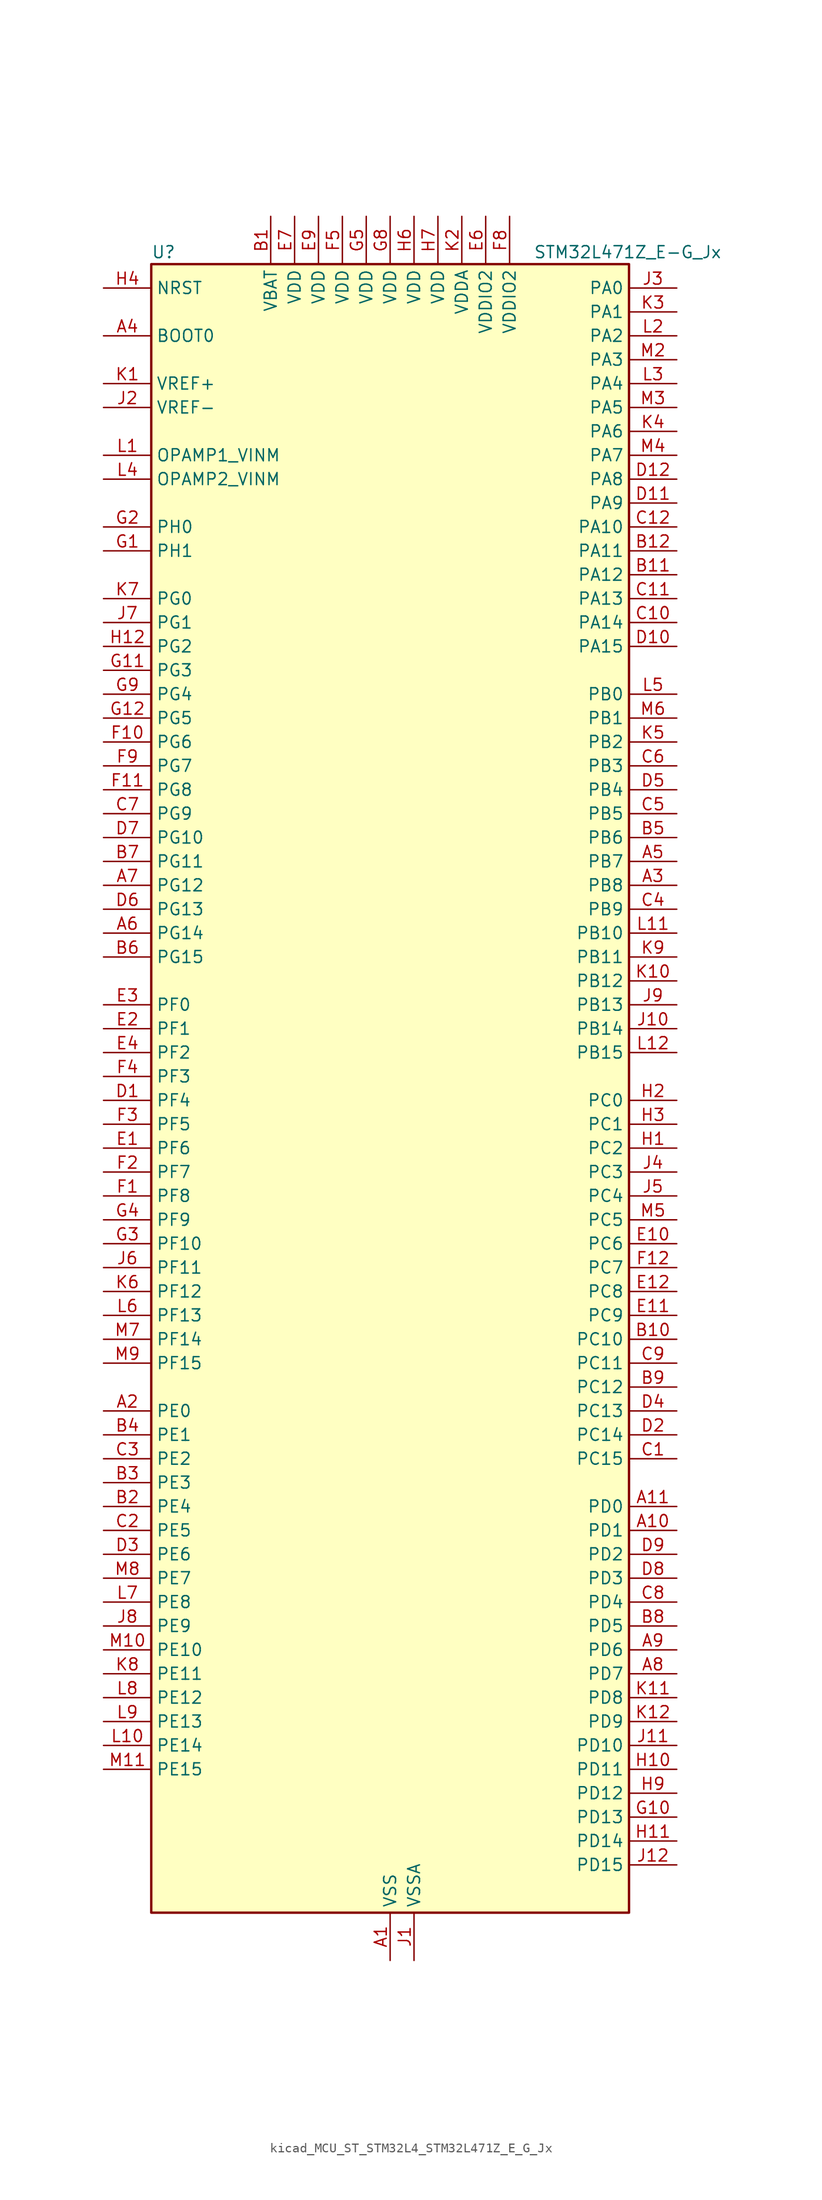
<source format=kicad_sym>
(kicad_symbol_lib
  (version 20220914)
  (generator kicad_symbol_editor)
  (symbol "kicad_MCU_ST_STM32L4_STM32L471Z_E_G_Jx"
    (property "Reference" "U"
      (at -25.4 90.17 0)
      (effects (font (size 1.27 1.27)) (justify left)))
    (property "Value" "STM32L471Z_E-G_Jx"
      (at 15.24 90.17 0)
      (effects (font (size 1.27 1.27)) (justify left)))
    (property "ki_locked" ""
      (at 0 0 0)
      (effects (font (size 1.27 1.27))))
    (symbol "kicad_MCU_ST_STM32L4_STM32L471Z_E_G_Jx_0_1"
      (rectangle (start -25.4 -86.36) (end 25.4 88.9) (stroke (width 0.254) (type default)) (fill (type background))))
    (symbol "kicad_MCU_ST_STM32L4_STM32L471Z_E_G_Jx_1_1"
      (pin power_in line (at 0 -91.44 90) (length 5.08) (name "VSS" (effects (font (size 1.27 1.27)))) (number "A1" (effects (font (size 1.27 1.27)))))
      (pin bidirectional line (at 30.48 -45.72 180) (length 5.08) (name "PD1" (effects (font (size 1.27 1.27)))) (number "A10" (effects (font (size 1.27 1.27)))) (alternate "CAN1_TX" bidirectional line) (alternate "DFSDM1_CKIN7" bidirectional line) (alternate "FMC_D3" bidirectional line) (alternate "FMC_DA3" bidirectional line) (alternate "SPI2_SCK" bidirectional line))
      (pin bidirectional line (at 30.48 -43.18 180) (length 5.08) (name "PD0" (effects (font (size 1.27 1.27)))) (number "A11" (effects (font (size 1.27 1.27)))) (alternate "CAN1_RX" bidirectional line) (alternate "DFSDM1_DATIN7" bidirectional line) (alternate "FMC_D2" bidirectional line) (alternate "FMC_DA2" bidirectional line) (alternate "SPI2_NSS" bidirectional line))
      (pin passive line (at 0 -91.44 90) (length 5.08) hide (name "VSS" (effects (font (size 1.27 1.27)))) (number "A12" (effects (font (size 1.27 1.27)))))
      (pin bidirectional line (at -30.48 -33.02 0) (length 5.08) (name "PE0" (effects (font (size 1.27 1.27)))) (number "A2" (effects (font (size 1.27 1.27)))) (alternate "FMC_NBL0" bidirectional line) (alternate "TIM16_CH1" bidirectional line) (alternate "TIM4_ETR" bidirectional line))
      (pin bidirectional line (at 30.48 22.86 180) (length 5.08) (name "PB8" (effects (font (size 1.27 1.27)))) (number "A3" (effects (font (size 1.27 1.27)))) (alternate "CAN1_RX" bidirectional line) (alternate "DFSDM1_DATIN6" bidirectional line) (alternate "I2C1_SCL" bidirectional line) (alternate "SAI1_MCLK_A" bidirectional line) (alternate "SDMMC1_D4" bidirectional line) (alternate "TIM16_CH1" bidirectional line) (alternate "TIM4_CH3" bidirectional line))
      (pin input line (at -30.48 81.28 0) (length 5.08) (name "BOOT0" (effects (font (size 1.27 1.27)))) (number "A4" (effects (font (size 1.27 1.27)))))
      (pin bidirectional line (at 30.48 25.4 180) (length 5.08) (name "PB7" (effects (font (size 1.27 1.27)))) (number "A5" (effects (font (size 1.27 1.27)))) (alternate "COMP2_INM" bidirectional line) (alternate "DFSDM1_CKIN5" bidirectional line) (alternate "FMC_NL" bidirectional line) (alternate "I2C1_SDA" bidirectional line) (alternate "LPTIM1_IN2" bidirectional line) (alternate "SYS_PVD_IN" bidirectional line) (alternate "TIM17_CH1N" bidirectional line) (alternate "TIM4_CH2" bidirectional line) (alternate "TIM8_BKIN" bidirectional line) (alternate "TIM8_BKIN_COMP1" bidirectional line) (alternate "TSC_G2_IO4" bidirectional line) (alternate "UART4_CTS" bidirectional line) (alternate "USART1_RX" bidirectional line))
      (pin bidirectional line (at -30.48 17.78 0) (length 5.08) (name "PG14" (effects (font (size 1.27 1.27)))) (number "A6" (effects (font (size 1.27 1.27)))) (alternate "FMC_A25" bidirectional line) (alternate "I2C1_SCL" bidirectional line))
      (pin bidirectional line (at -30.48 22.86 0) (length 5.08) (name "PG12" (effects (font (size 1.27 1.27)))) (number "A7" (effects (font (size 1.27 1.27)))) (alternate "FMC_NE4" bidirectional line) (alternate "LPTIM1_ETR" bidirectional line) (alternate "SAI2_SD_A" bidirectional line) (alternate "SPI3_NSS" bidirectional line) (alternate "USART1_DE" bidirectional line) (alternate "USART1_RTS" bidirectional line))
      (pin bidirectional line (at 30.48 -60.96 180) (length 5.08) (name "PD7" (effects (font (size 1.27 1.27)))) (number "A8" (effects (font (size 1.27 1.27)))) (alternate "DFSDM1_CKIN1" bidirectional line) (alternate "FMC_NE1" bidirectional line) (alternate "USART2_CK" bidirectional line))
      (pin bidirectional line (at 30.48 -58.42 180) (length 5.08) (name "PD6" (effects (font (size 1.27 1.27)))) (number "A9" (effects (font (size 1.27 1.27)))) (alternate "DFSDM1_DATIN1" bidirectional line) (alternate "FMC_NWAIT" bidirectional line) (alternate "SAI1_SD_A" bidirectional line) (alternate "USART2_RX" bidirectional line))
      (pin power_in line (at -12.7 93.98 270) (length 5.08) (name "VBAT" (effects (font (size 1.27 1.27)))) (number "B1" (effects (font (size 1.27 1.27)))))
      (pin bidirectional line (at 30.48 -25.4 180) (length 5.08) (name "PC10" (effects (font (size 1.27 1.27)))) (number "B10" (effects (font (size 1.27 1.27)))) (alternate "SAI2_SCK_B" bidirectional line) (alternate "SDMMC1_D2" bidirectional line) (alternate "SPI3_SCK" bidirectional line) (alternate "TSC_G3_IO2" bidirectional line) (alternate "UART4_TX" bidirectional line) (alternate "USART3_TX" bidirectional line))
      (pin bidirectional line (at 30.48 55.88 180) (length 5.08) (name "PA12" (effects (font (size 1.27 1.27)))) (number "B11" (effects (font (size 1.27 1.27)))) (alternate "CAN1_TX" bidirectional line) (alternate "TIM1_ETR" bidirectional line) (alternate "USART1_DE" bidirectional line) (alternate "USART1_RTS" bidirectional line))
      (pin bidirectional line (at 30.48 58.42 180) (length 5.08) (name "PA11" (effects (font (size 1.27 1.27)))) (number "B12" (effects (font (size 1.27 1.27)))) (alternate "ADC1_EXTI11" bidirectional line) (alternate "ADC2_EXTI11" bidirectional line) (alternate "ADC3_EXTI11" bidirectional line) (alternate "CAN1_RX" bidirectional line) (alternate "TIM1_BKIN2" bidirectional line) (alternate "TIM1_BKIN2_COMP1" bidirectional line) (alternate "TIM1_CH4" bidirectional line) (alternate "USART1_CTS" bidirectional line))
      (pin bidirectional line (at -30.48 -43.18 0) (length 5.08) (name "PE4" (effects (font (size 1.27 1.27)))) (number "B2" (effects (font (size 1.27 1.27)))) (alternate "DFSDM1_DATIN3" bidirectional line) (alternate "FMC_A20" bidirectional line) (alternate "SAI1_FS_A" bidirectional line) (alternate "SYS_TRACED1" bidirectional line) (alternate "TIM3_CH2" bidirectional line) (alternate "TSC_G7_IO3" bidirectional line))
      (pin bidirectional line (at -30.48 -40.64 0) (length 5.08) (name "PE3" (effects (font (size 1.27 1.27)))) (number "B3" (effects (font (size 1.27 1.27)))) (alternate "FMC_A19" bidirectional line) (alternate "SAI1_SD_B" bidirectional line) (alternate "SYS_TRACED0" bidirectional line) (alternate "TIM3_CH1" bidirectional line) (alternate "TSC_G7_IO2" bidirectional line))
      (pin bidirectional line (at -30.48 -35.56 0) (length 5.08) (name "PE1" (effects (font (size 1.27 1.27)))) (number "B4" (effects (font (size 1.27 1.27)))) (alternate "FMC_NBL1" bidirectional line) (alternate "TIM17_CH1" bidirectional line))
      (pin bidirectional line (at 30.48 27.94 180) (length 5.08) (name "PB6" (effects (font (size 1.27 1.27)))) (number "B5" (effects (font (size 1.27 1.27)))) (alternate "COMP2_INP" bidirectional line) (alternate "DFSDM1_DATIN5" bidirectional line) (alternate "I2C1_SCL" bidirectional line) (alternate "LPTIM1_ETR" bidirectional line) (alternate "SAI1_FS_B" bidirectional line) (alternate "TIM16_CH1N" bidirectional line) (alternate "TIM4_CH1" bidirectional line) (alternate "TIM8_BKIN2" bidirectional line) (alternate "TIM8_BKIN2_COMP2" bidirectional line) (alternate "TSC_G2_IO3" bidirectional line) (alternate "USART1_TX" bidirectional line))
      (pin bidirectional line (at -30.48 15.24 0) (length 5.08) (name "PG15" (effects (font (size 1.27 1.27)))) (number "B6" (effects (font (size 1.27 1.27)))) (alternate "ADC1_EXTI15" bidirectional line) (alternate "ADC2_EXTI15" bidirectional line) (alternate "ADC3_EXTI15" bidirectional line) (alternate "I2C1_SMBA" bidirectional line) (alternate "LPTIM1_OUT" bidirectional line))
      (pin bidirectional line (at -30.48 25.4 0) (length 5.08) (name "PG11" (effects (font (size 1.27 1.27)))) (number "B7" (effects (font (size 1.27 1.27)))) (alternate "ADC1_EXTI11" bidirectional line) (alternate "ADC2_EXTI11" bidirectional line) (alternate "ADC3_EXTI11" bidirectional line) (alternate "LPTIM1_IN2" bidirectional line) (alternate "SAI2_MCLK_A" bidirectional line) (alternate "SPI3_MOSI" bidirectional line) (alternate "TIM15_CH2" bidirectional line) (alternate "USART1_CTS" bidirectional line))
      (pin bidirectional line (at 30.48 -55.88 180) (length 5.08) (name "PD5" (effects (font (size 1.27 1.27)))) (number "B8" (effects (font (size 1.27 1.27)))) (alternate "FMC_NWE" bidirectional line) (alternate "USART2_TX" bidirectional line))
      (pin bidirectional line (at 30.48 -30.48 180) (length 5.08) (name "PC12" (effects (font (size 1.27 1.27)))) (number "B9" (effects (font (size 1.27 1.27)))) (alternate "SAI2_SD_B" bidirectional line) (alternate "SDMMC1_CK" bidirectional line) (alternate "SPI3_MOSI" bidirectional line) (alternate "TSC_G3_IO4" bidirectional line) (alternate "UART5_TX" bidirectional line) (alternate "USART3_CK" bidirectional line))
      (pin bidirectional line (at 30.48 -38.1 180) (length 5.08) (name "PC15" (effects (font (size 1.27 1.27)))) (number "C1" (effects (font (size 1.27 1.27)))) (alternate "ADC1_EXTI15" bidirectional line) (alternate "ADC2_EXTI15" bidirectional line) (alternate "ADC3_EXTI15" bidirectional line) (alternate "RCC_OSC32_OUT" bidirectional line))
      (pin bidirectional line (at 30.48 50.8 180) (length 5.08) (name "PA14" (effects (font (size 1.27 1.27)))) (number "C10" (effects (font (size 1.27 1.27)))) (alternate "SYS_JTCK-SWCLK" bidirectional line))
      (pin bidirectional line (at 30.48 53.34 180) (length 5.08) (name "PA13" (effects (font (size 1.27 1.27)))) (number "C11" (effects (font (size 1.27 1.27)))) (alternate "IR_OUT" bidirectional line) (alternate "SYS_JTMS-SWDIO" bidirectional line))
      (pin bidirectional line (at 30.48 60.96 180) (length 5.08) (name "PA10" (effects (font (size 1.27 1.27)))) (number "C12" (effects (font (size 1.27 1.27)))) (alternate "TIM17_BKIN" bidirectional line) (alternate "TIM1_CH3" bidirectional line) (alternate "USART1_RX" bidirectional line))
      (pin bidirectional line (at -30.48 -45.72 0) (length 5.08) (name "PE5" (effects (font (size 1.27 1.27)))) (number "C2" (effects (font (size 1.27 1.27)))) (alternate "DFSDM1_CKIN3" bidirectional line) (alternate "FMC_A21" bidirectional line) (alternate "SAI1_SCK_A" bidirectional line) (alternate "SYS_TRACED2" bidirectional line) (alternate "TIM3_CH3" bidirectional line) (alternate "TSC_G7_IO4" bidirectional line))
      (pin bidirectional line (at -30.48 -38.1 0) (length 5.08) (name "PE2" (effects (font (size 1.27 1.27)))) (number "C3" (effects (font (size 1.27 1.27)))) (alternate "FMC_A23" bidirectional line) (alternate "SAI1_MCLK_A" bidirectional line) (alternate "SYS_TRACECLK" bidirectional line) (alternate "TIM3_ETR" bidirectional line) (alternate "TSC_G7_IO1" bidirectional line))
      (pin bidirectional line (at 30.48 20.32 180) (length 5.08) (name "PB9" (effects (font (size 1.27 1.27)))) (number "C4" (effects (font (size 1.27 1.27)))) (alternate "CAN1_TX" bidirectional line) (alternate "DAC1_EXTI9" bidirectional line) (alternate "DFSDM1_CKIN6" bidirectional line) (alternate "I2C1_SDA" bidirectional line) (alternate "IR_OUT" bidirectional line) (alternate "SAI1_FS_A" bidirectional line) (alternate "SDMMC1_D5" bidirectional line) (alternate "SPI2_NSS" bidirectional line) (alternate "TIM17_CH1" bidirectional line) (alternate "TIM4_CH4" bidirectional line))
      (pin bidirectional line (at 30.48 30.48 180) (length 5.08) (name "PB5" (effects (font (size 1.27 1.27)))) (number "C5" (effects (font (size 1.27 1.27)))) (alternate "COMP2_OUT" bidirectional line) (alternate "I2C1_SMBA" bidirectional line) (alternate "LPTIM1_IN1" bidirectional line) (alternate "SAI1_SD_B" bidirectional line) (alternate "SPI1_MOSI" bidirectional line) (alternate "SPI3_MOSI" bidirectional line) (alternate "TIM16_BKIN" bidirectional line) (alternate "TIM3_CH2" bidirectional line) (alternate "TSC_G2_IO2" bidirectional line) (alternate "UART5_CTS" bidirectional line) (alternate "USART1_CK" bidirectional line))
      (pin bidirectional line (at 30.48 35.56 180) (length 5.08) (name "PB3" (effects (font (size 1.27 1.27)))) (number "C6" (effects (font (size 1.27 1.27)))) (alternate "COMP2_INM" bidirectional line) (alternate "SAI1_SCK_B" bidirectional line) (alternate "SPI1_SCK" bidirectional line) (alternate "SPI3_SCK" bidirectional line) (alternate "SYS_JTDO-SWO" bidirectional line) (alternate "TIM2_CH2" bidirectional line) (alternate "USART1_DE" bidirectional line) (alternate "USART1_RTS" bidirectional line))
      (pin bidirectional line (at -30.48 30.48 0) (length 5.08) (name "PG9" (effects (font (size 1.27 1.27)))) (number "C7" (effects (font (size 1.27 1.27)))) (alternate "DAC1_EXTI9" bidirectional line) (alternate "FMC_NCE3" bidirectional line) (alternate "FMC_NE2" bidirectional line) (alternate "SAI2_SCK_A" bidirectional line) (alternate "SPI3_SCK" bidirectional line) (alternate "TIM15_CH1N" bidirectional line) (alternate "USART1_TX" bidirectional line))
      (pin bidirectional line (at 30.48 -53.34 180) (length 5.08) (name "PD4" (effects (font (size 1.27 1.27)))) (number "C8" (effects (font (size 1.27 1.27)))) (alternate "DFSDM1_CKIN0" bidirectional line) (alternate "FMC_NOE" bidirectional line) (alternate "SPI2_MOSI" bidirectional line) (alternate "USART2_DE" bidirectional line) (alternate "USART2_RTS" bidirectional line))
      (pin bidirectional line (at 30.48 -27.94 180) (length 5.08) (name "PC11" (effects (font (size 1.27 1.27)))) (number "C9" (effects (font (size 1.27 1.27)))) (alternate "ADC1_EXTI11" bidirectional line) (alternate "ADC2_EXTI11" bidirectional line) (alternate "ADC3_EXTI11" bidirectional line) (alternate "SAI2_MCLK_B" bidirectional line) (alternate "SDMMC1_D3" bidirectional line) (alternate "SPI3_MISO" bidirectional line) (alternate "TSC_G3_IO3" bidirectional line) (alternate "UART4_RX" bidirectional line) (alternate "USART3_RX" bidirectional line))
      (pin bidirectional line (at -30.48 0 0) (length 5.08) (name "PF4" (effects (font (size 1.27 1.27)))) (number "D1" (effects (font (size 1.27 1.27)))) (alternate "ADC3_IN7" bidirectional line) (alternate "FMC_A4" bidirectional line))
      (pin bidirectional line (at 30.48 48.26 180) (length 5.08) (name "PA15" (effects (font (size 1.27 1.27)))) (number "D10" (effects (font (size 1.27 1.27)))) (alternate "ADC1_EXTI15" bidirectional line) (alternate "ADC2_EXTI15" bidirectional line) (alternate "ADC3_EXTI15" bidirectional line) (alternate "SAI2_FS_B" bidirectional line) (alternate "SPI1_NSS" bidirectional line) (alternate "SPI3_NSS" bidirectional line) (alternate "SYS_JTDI" bidirectional line) (alternate "TIM2_CH1" bidirectional line) (alternate "TIM2_ETR" bidirectional line) (alternate "TSC_G3_IO1" bidirectional line) (alternate "UART4_DE" bidirectional line) (alternate "UART4_RTS" bidirectional line))
      (pin bidirectional line (at 30.48 63.5 180) (length 5.08) (name "PA9" (effects (font (size 1.27 1.27)))) (number "D11" (effects (font (size 1.27 1.27)))) (alternate "DAC1_EXTI9" bidirectional line) (alternate "TIM15_BKIN" bidirectional line) (alternate "TIM1_CH2" bidirectional line) (alternate "USART1_TX" bidirectional line))
      (pin bidirectional line (at 30.48 66.04 180) (length 5.08) (name "PA8" (effects (font (size 1.27 1.27)))) (number "D12" (effects (font (size 1.27 1.27)))) (alternate "LPTIM2_OUT" bidirectional line) (alternate "RCC_MCO" bidirectional line) (alternate "TIM1_CH1" bidirectional line) (alternate "USART1_CK" bidirectional line))
      (pin bidirectional line (at 30.48 -35.56 180) (length 5.08) (name "PC14" (effects (font (size 1.27 1.27)))) (number "D2" (effects (font (size 1.27 1.27)))) (alternate "RCC_OSC32_IN" bidirectional line))
      (pin bidirectional line (at -30.48 -48.26 0) (length 5.08) (name "PE6" (effects (font (size 1.27 1.27)))) (number "D3" (effects (font (size 1.27 1.27)))) (alternate "FMC_A22" bidirectional line) (alternate "RTC_TAMP3" bidirectional line) (alternate "SAI1_SD_A" bidirectional line) (alternate "SYS_TRACED3" bidirectional line) (alternate "SYS_WKUP3" bidirectional line) (alternate "TIM3_CH4" bidirectional line))
      (pin bidirectional line (at 30.48 -33.02 180) (length 5.08) (name "PC13" (effects (font (size 1.27 1.27)))) (number "D4" (effects (font (size 1.27 1.27)))) (alternate "RTC_OUT_ALARM" bidirectional line) (alternate "RTC_OUT_CALIB" bidirectional line) (alternate "RTC_TAMP1" bidirectional line) (alternate "RTC_TS" bidirectional line) (alternate "SYS_WKUP2" bidirectional line))
      (pin bidirectional line (at 30.48 33.02 180) (length 5.08) (name "PB4" (effects (font (size 1.27 1.27)))) (number "D5" (effects (font (size 1.27 1.27)))) (alternate "COMP2_INP" bidirectional line) (alternate "SAI1_MCLK_B" bidirectional line) (alternate "SPI1_MISO" bidirectional line) (alternate "SPI3_MISO" bidirectional line) (alternate "SYS_JTRST" bidirectional line) (alternate "TIM17_BKIN" bidirectional line) (alternate "TIM3_CH1" bidirectional line) (alternate "TSC_G2_IO1" bidirectional line) (alternate "UART5_DE" bidirectional line) (alternate "UART5_RTS" bidirectional line) (alternate "USART1_CTS" bidirectional line))
      (pin bidirectional line (at -30.48 20.32 0) (length 5.08) (name "PG13" (effects (font (size 1.27 1.27)))) (number "D6" (effects (font (size 1.27 1.27)))) (alternate "FMC_A24" bidirectional line) (alternate "I2C1_SDA" bidirectional line) (alternate "USART1_CK" bidirectional line))
      (pin bidirectional line (at -30.48 27.94 0) (length 5.08) (name "PG10" (effects (font (size 1.27 1.27)))) (number "D7" (effects (font (size 1.27 1.27)))) (alternate "FMC_NE3" bidirectional line) (alternate "LPTIM1_IN1" bidirectional line) (alternate "SAI2_FS_A" bidirectional line) (alternate "SPI3_MISO" bidirectional line) (alternate "TIM15_CH1" bidirectional line) (alternate "USART1_RX" bidirectional line))
      (pin bidirectional line (at 30.48 -50.8 180) (length 5.08) (name "PD3" (effects (font (size 1.27 1.27)))) (number "D8" (effects (font (size 1.27 1.27)))) (alternate "DFSDM1_DATIN0" bidirectional line) (alternate "FMC_CLK" bidirectional line) (alternate "SPI2_MISO" bidirectional line) (alternate "USART2_CTS" bidirectional line))
      (pin bidirectional line (at 30.48 -48.26 180) (length 5.08) (name "PD2" (effects (font (size 1.27 1.27)))) (number "D9" (effects (font (size 1.27 1.27)))) (alternate "SDMMC1_CMD" bidirectional line) (alternate "TIM3_ETR" bidirectional line) (alternate "TSC_SYNC" bidirectional line) (alternate "UART5_RX" bidirectional line) (alternate "USART3_DE" bidirectional line) (alternate "USART3_RTS" bidirectional line))
      (pin bidirectional line (at -30.48 -5.08 0) (length 5.08) (name "PF6" (effects (font (size 1.27 1.27)))) (number "E1" (effects (font (size 1.27 1.27)))) (alternate "ADC3_IN9" bidirectional line) (alternate "SAI1_SD_B" bidirectional line) (alternate "TIM5_CH1" bidirectional line) (alternate "TIM5_ETR" bidirectional line))
      (pin bidirectional line (at 30.48 -15.24 180) (length 5.08) (name "PC6" (effects (font (size 1.27 1.27)))) (number "E10" (effects (font (size 1.27 1.27)))) (alternate "DFSDM1_CKIN3" bidirectional line) (alternate "SAI2_MCLK_A" bidirectional line) (alternate "SDMMC1_D6" bidirectional line) (alternate "TIM3_CH1" bidirectional line) (alternate "TIM8_CH1" bidirectional line) (alternate "TSC_G4_IO1" bidirectional line))
      (pin bidirectional line (at 30.48 -22.86 180) (length 5.08) (name "PC9" (effects (font (size 1.27 1.27)))) (number "E11" (effects (font (size 1.27 1.27)))) (alternate "DAC1_EXTI9" bidirectional line) (alternate "SAI2_EXTCLK" bidirectional line) (alternate "SDMMC1_D1" bidirectional line) (alternate "TIM3_CH4" bidirectional line) (alternate "TIM8_BKIN2" bidirectional line) (alternate "TIM8_BKIN2_COMP1" bidirectional line) (alternate "TIM8_CH4" bidirectional line) (alternate "TSC_G4_IO4" bidirectional line))
      (pin bidirectional line (at 30.48 -20.32 180) (length 5.08) (name "PC8" (effects (font (size 1.27 1.27)))) (number "E12" (effects (font (size 1.27 1.27)))) (alternate "SDMMC1_D0" bidirectional line) (alternate "TIM3_CH3" bidirectional line) (alternate "TIM8_CH3" bidirectional line) (alternate "TSC_G4_IO3" bidirectional line))
      (pin bidirectional line (at -30.48 7.62 0) (length 5.08) (name "PF1" (effects (font (size 1.27 1.27)))) (number "E2" (effects (font (size 1.27 1.27)))) (alternate "FMC_A1" bidirectional line) (alternate "I2C2_SCL" bidirectional line))
      (pin bidirectional line (at -30.48 10.16 0) (length 5.08) (name "PF0" (effects (font (size 1.27 1.27)))) (number "E3" (effects (font (size 1.27 1.27)))) (alternate "FMC_A0" bidirectional line) (alternate "I2C2_SDA" bidirectional line))
      (pin bidirectional line (at -30.48 5.08 0) (length 5.08) (name "PF2" (effects (font (size 1.27 1.27)))) (number "E4" (effects (font (size 1.27 1.27)))) (alternate "FMC_A2" bidirectional line) (alternate "I2C2_SMBA" bidirectional line))
      (pin passive line (at 0 -91.44 90) (length 5.08) hide (name "VSS" (effects (font (size 1.27 1.27)))) (number "E5" (effects (font (size 1.27 1.27)))))
      (pin power_in line (at 10.16 93.98 270) (length 5.08) (name "VDDIO2" (effects (font (size 1.27 1.27)))) (number "E6" (effects (font (size 1.27 1.27)))))
      (pin power_in line (at -10.16 93.98 270) (length 5.08) (name "VDD" (effects (font (size 1.27 1.27)))) (number "E7" (effects (font (size 1.27 1.27)))))
      (pin passive line (at 0 -91.44 90) (length 5.08) hide (name "VSS" (effects (font (size 1.27 1.27)))) (number "E8" (effects (font (size 1.27 1.27)))))
      (pin power_in line (at -7.62 93.98 270) (length 5.08) (name "VDD" (effects (font (size 1.27 1.27)))) (number "E9" (effects (font (size 1.27 1.27)))))
      (pin bidirectional line (at -30.48 -10.16 0) (length 5.08) (name "PF8" (effects (font (size 1.27 1.27)))) (number "F1" (effects (font (size 1.27 1.27)))) (alternate "ADC3_IN11" bidirectional line) (alternate "SAI1_SCK_B" bidirectional line) (alternate "TIM5_CH3" bidirectional line))
      (pin bidirectional line (at -30.48 38.1 0) (length 5.08) (name "PG6" (effects (font (size 1.27 1.27)))) (number "F10" (effects (font (size 1.27 1.27)))) (alternate "I2C3_SMBA" bidirectional line) (alternate "LPUART1_DE" bidirectional line) (alternate "LPUART1_RTS" bidirectional line))
      (pin bidirectional line (at -30.48 33.02 0) (length 5.08) (name "PG8" (effects (font (size 1.27 1.27)))) (number "F11" (effects (font (size 1.27 1.27)))) (alternate "I2C3_SDA" bidirectional line) (alternate "LPUART1_RX" bidirectional line))
      (pin bidirectional line (at 30.48 -17.78 180) (length 5.08) (name "PC7" (effects (font (size 1.27 1.27)))) (number "F12" (effects (font (size 1.27 1.27)))) (alternate "DFSDM1_DATIN3" bidirectional line) (alternate "SAI2_MCLK_B" bidirectional line) (alternate "SDMMC1_D7" bidirectional line) (alternate "TIM3_CH2" bidirectional line) (alternate "TIM8_CH2" bidirectional line) (alternate "TSC_G4_IO2" bidirectional line))
      (pin bidirectional line (at -30.48 -7.62 0) (length 5.08) (name "PF7" (effects (font (size 1.27 1.27)))) (number "F2" (effects (font (size 1.27 1.27)))) (alternate "ADC3_IN10" bidirectional line) (alternate "SAI1_MCLK_B" bidirectional line) (alternate "TIM5_CH2" bidirectional line))
      (pin bidirectional line (at -30.48 -2.54 0) (length 5.08) (name "PF5" (effects (font (size 1.27 1.27)))) (number "F3" (effects (font (size 1.27 1.27)))) (alternate "ADC3_IN8" bidirectional line) (alternate "FMC_A5" bidirectional line))
      (pin bidirectional line (at -30.48 2.54 0) (length 5.08) (name "PF3" (effects (font (size 1.27 1.27)))) (number "F4" (effects (font (size 1.27 1.27)))) (alternate "ADC3_IN6" bidirectional line) (alternate "FMC_A3" bidirectional line))
      (pin power_in line (at -5.08 93.98 270) (length 5.08) (name "VDD" (effects (font (size 1.27 1.27)))) (number "F5" (effects (font (size 1.27 1.27)))))
      (pin passive line (at 0 -91.44 90) (length 5.08) hide (name "VSS" (effects (font (size 1.27 1.27)))) (number "F6" (effects (font (size 1.27 1.27)))))
      (pin passive line (at 0 -91.44 90) (length 5.08) hide (name "VSS" (effects (font (size 1.27 1.27)))) (number "F7" (effects (font (size 1.27 1.27)))))
      (pin power_in line (at 12.7 93.98 270) (length 5.08) (name "VDDIO2" (effects (font (size 1.27 1.27)))) (number "F8" (effects (font (size 1.27 1.27)))))
      (pin bidirectional line (at -30.48 35.56 0) (length 5.08) (name "PG7" (effects (font (size 1.27 1.27)))) (number "F9" (effects (font (size 1.27 1.27)))) (alternate "FMC_INT3" bidirectional line) (alternate "I2C3_SCL" bidirectional line) (alternate "LPUART1_TX" bidirectional line))
      (pin bidirectional line (at -30.48 58.42 0) (length 5.08) (name "PH1" (effects (font (size 1.27 1.27)))) (number "G1" (effects (font (size 1.27 1.27)))) (alternate "RCC_OSC_OUT" bidirectional line))
      (pin bidirectional line (at 30.48 -76.2 180) (length 5.08) (name "PD13" (effects (font (size 1.27 1.27)))) (number "G10" (effects (font (size 1.27 1.27)))) (alternate "FMC_A18" bidirectional line) (alternate "LPTIM2_OUT" bidirectional line) (alternate "TIM4_CH2" bidirectional line) (alternate "TSC_G6_IO4" bidirectional line))
      (pin bidirectional line (at -30.48 45.72 0) (length 5.08) (name "PG3" (effects (font (size 1.27 1.27)))) (number "G11" (effects (font (size 1.27 1.27)))) (alternate "FMC_A13" bidirectional line) (alternate "SAI2_FS_B" bidirectional line) (alternate "SPI1_MISO" bidirectional line))
      (pin bidirectional line (at -30.48 40.64 0) (length 5.08) (name "PG5" (effects (font (size 1.27 1.27)))) (number "G12" (effects (font (size 1.27 1.27)))) (alternate "FMC_A15" bidirectional line) (alternate "LPUART1_CTS" bidirectional line) (alternate "SAI2_SD_B" bidirectional line) (alternate "SPI1_NSS" bidirectional line))
      (pin bidirectional line (at -30.48 60.96 0) (length 5.08) (name "PH0" (effects (font (size 1.27 1.27)))) (number "G2" (effects (font (size 1.27 1.27)))) (alternate "RCC_OSC_IN" bidirectional line))
      (pin bidirectional line (at -30.48 -15.24 0) (length 5.08) (name "PF10" (effects (font (size 1.27 1.27)))) (number "G3" (effects (font (size 1.27 1.27)))) (alternate "ADC3_IN13" bidirectional line) (alternate "TIM15_CH2" bidirectional line))
      (pin bidirectional line (at -30.48 -12.7 0) (length 5.08) (name "PF9" (effects (font (size 1.27 1.27)))) (number "G4" (effects (font (size 1.27 1.27)))) (alternate "ADC3_IN12" bidirectional line) (alternate "DAC1_EXTI9" bidirectional line) (alternate "SAI1_FS_B" bidirectional line) (alternate "TIM15_CH1" bidirectional line) (alternate "TIM5_CH4" bidirectional line))
      (pin power_in line (at -2.54 93.98 270) (length 5.08) (name "VDD" (effects (font (size 1.27 1.27)))) (number "G5" (effects (font (size 1.27 1.27)))))
      (pin passive line (at 0 -91.44 90) (length 5.08) hide (name "VSS" (effects (font (size 1.27 1.27)))) (number "G6" (effects (font (size 1.27 1.27)))))
      (pin passive line (at 0 -91.44 90) (length 5.08) hide (name "VSS" (effects (font (size 1.27 1.27)))) (number "G7" (effects (font (size 1.27 1.27)))))
      (pin power_in line (at 0 93.98 270) (length 5.08) (name "VDD" (effects (font (size 1.27 1.27)))) (number "G8" (effects (font (size 1.27 1.27)))))
      (pin bidirectional line (at -30.48 43.18 0) (length 5.08) (name "PG4" (effects (font (size 1.27 1.27)))) (number "G9" (effects (font (size 1.27 1.27)))) (alternate "FMC_A14" bidirectional line) (alternate "SAI2_MCLK_B" bidirectional line) (alternate "SPI1_MOSI" bidirectional line))
      (pin bidirectional line (at 30.48 -5.08 180) (length 5.08) (name "PC2" (effects (font (size 1.27 1.27)))) (number "H1" (effects (font (size 1.27 1.27)))) (alternate "ADC1_IN3" bidirectional line) (alternate "ADC2_IN3" bidirectional line) (alternate "ADC3_IN3" bidirectional line) (alternate "DFSDM1_CKOUT" bidirectional line) (alternate "LPTIM1_IN2" bidirectional line) (alternate "SPI2_MISO" bidirectional line))
      (pin bidirectional line (at 30.48 -71.12 180) (length 5.08) (name "PD11" (effects (font (size 1.27 1.27)))) (number "H10" (effects (font (size 1.27 1.27)))) (alternate "ADC1_EXTI11" bidirectional line) (alternate "ADC2_EXTI11" bidirectional line) (alternate "ADC3_EXTI11" bidirectional line) (alternate "FMC_A16" bidirectional line) (alternate "FMC_CLE" bidirectional line) (alternate "LPTIM2_ETR" bidirectional line) (alternate "SAI2_SD_A" bidirectional line) (alternate "TSC_G6_IO2" bidirectional line) (alternate "USART3_CTS" bidirectional line))
      (pin bidirectional line (at 30.48 -78.74 180) (length 5.08) (name "PD14" (effects (font (size 1.27 1.27)))) (number "H11" (effects (font (size 1.27 1.27)))) (alternate "FMC_D0" bidirectional line) (alternate "FMC_DA0" bidirectional line) (alternate "TIM4_CH3" bidirectional line))
      (pin bidirectional line (at -30.48 48.26 0) (length 5.08) (name "PG2" (effects (font (size 1.27 1.27)))) (number "H12" (effects (font (size 1.27 1.27)))) (alternate "FMC_A12" bidirectional line) (alternate "SAI2_SCK_B" bidirectional line) (alternate "SPI1_SCK" bidirectional line))
      (pin bidirectional line (at 30.48 0 180) (length 5.08) (name "PC0" (effects (font (size 1.27 1.27)))) (number "H2" (effects (font (size 1.27 1.27)))) (alternate "ADC1_IN1" bidirectional line) (alternate "ADC2_IN1" bidirectional line) (alternate "ADC3_IN1" bidirectional line) (alternate "DFSDM1_DATIN4" bidirectional line) (alternate "I2C3_SCL" bidirectional line) (alternate "LPTIM1_IN1" bidirectional line) (alternate "LPTIM2_IN1" bidirectional line) (alternate "LPUART1_RX" bidirectional line))
      (pin bidirectional line (at 30.48 -2.54 180) (length 5.08) (name "PC1" (effects (font (size 1.27 1.27)))) (number "H3" (effects (font (size 1.27 1.27)))) (alternate "ADC1_IN2" bidirectional line) (alternate "ADC2_IN2" bidirectional line) (alternate "ADC3_IN2" bidirectional line) (alternate "DFSDM1_CKIN4" bidirectional line) (alternate "I2C3_SDA" bidirectional line) (alternate "LPTIM1_OUT" bidirectional line) (alternate "LPUART1_TX" bidirectional line))
      (pin input line (at -30.48 86.36 0) (length 5.08) (name "NRST" (effects (font (size 1.27 1.27)))) (number "H4" (effects (font (size 1.27 1.27)))))
      (pin passive line (at 0 -91.44 90) (length 5.08) hide (name "VSS" (effects (font (size 1.27 1.27)))) (number "H5" (effects (font (size 1.27 1.27)))))
      (pin power_in line (at 2.54 93.98 270) (length 5.08) (name "VDD" (effects (font (size 1.27 1.27)))) (number "H6" (effects (font (size 1.27 1.27)))))
      (pin power_in line (at 5.08 93.98 270) (length 5.08) (name "VDD" (effects (font (size 1.27 1.27)))) (number "H7" (effects (font (size 1.27 1.27)))))
      (pin passive line (at 0 -91.44 90) (length 5.08) hide (name "VSS" (effects (font (size 1.27 1.27)))) (number "H8" (effects (font (size 1.27 1.27)))))
      (pin bidirectional line (at 30.48 -73.66 180) (length 5.08) (name "PD12" (effects (font (size 1.27 1.27)))) (number "H9" (effects (font (size 1.27 1.27)))) (alternate "FMC_A17" bidirectional line) (alternate "FMC_ALE" bidirectional line) (alternate "LPTIM2_IN1" bidirectional line) (alternate "SAI2_FS_A" bidirectional line) (alternate "TIM4_CH1" bidirectional line) (alternate "TSC_G6_IO3" bidirectional line) (alternate "USART3_DE" bidirectional line) (alternate "USART3_RTS" bidirectional line))
      (pin power_in line (at 2.54 -91.44 90) (length 5.08) (name "VSSA" (effects (font (size 1.27 1.27)))) (number "J1" (effects (font (size 1.27 1.27)))))
      (pin bidirectional line (at 30.48 7.62 180) (length 5.08) (name "PB14" (effects (font (size 1.27 1.27)))) (number "J10" (effects (font (size 1.27 1.27)))) (alternate "DFSDM1_DATIN2" bidirectional line) (alternate "I2C2_SDA" bidirectional line) (alternate "SAI2_MCLK_A" bidirectional line) (alternate "SPI2_MISO" bidirectional line) (alternate "SWPMI1_RX" bidirectional line) (alternate "TIM15_CH1" bidirectional line) (alternate "TIM1_CH2N" bidirectional line) (alternate "TIM8_CH2N" bidirectional line) (alternate "TSC_G1_IO3" bidirectional line) (alternate "USART3_DE" bidirectional line) (alternate "USART3_RTS" bidirectional line))
      (pin bidirectional line (at 30.48 -68.58 180) (length 5.08) (name "PD10" (effects (font (size 1.27 1.27)))) (number "J11" (effects (font (size 1.27 1.27)))) (alternate "FMC_D15" bidirectional line) (alternate "FMC_DA15" bidirectional line) (alternate "SAI2_SCK_A" bidirectional line) (alternate "TSC_G6_IO1" bidirectional line) (alternate "USART3_CK" bidirectional line))
      (pin bidirectional line (at 30.48 -81.28 180) (length 5.08) (name "PD15" (effects (font (size 1.27 1.27)))) (number "J12" (effects (font (size 1.27 1.27)))) (alternate "ADC1_EXTI15" bidirectional line) (alternate "ADC2_EXTI15" bidirectional line) (alternate "ADC3_EXTI15" bidirectional line) (alternate "FMC_D1" bidirectional line) (alternate "FMC_DA1" bidirectional line) (alternate "TIM4_CH4" bidirectional line))
      (pin input line (at -30.48 73.66 0) (length 5.08) (name "VREF-" (effects (font (size 1.27 1.27)))) (number "J2" (effects (font (size 1.27 1.27)))))
      (pin bidirectional line (at 30.48 86.36 180) (length 5.08) (name "PA0" (effects (font (size 1.27 1.27)))) (number "J3" (effects (font (size 1.27 1.27)))) (alternate "ADC1_IN5" bidirectional line) (alternate "ADC2_IN5" bidirectional line) (alternate "OPAMP1_VINP" bidirectional line) (alternate "RTC_TAMP2" bidirectional line) (alternate "SAI1_EXTCLK" bidirectional line) (alternate "SYS_WKUP1" bidirectional line) (alternate "TIM2_CH1" bidirectional line) (alternate "TIM2_ETR" bidirectional line) (alternate "TIM5_CH1" bidirectional line) (alternate "TIM8_ETR" bidirectional line) (alternate "UART4_TX" bidirectional line) (alternate "USART2_CTS" bidirectional line))
      (pin bidirectional line (at 30.48 -7.62 180) (length 5.08) (name "PC3" (effects (font (size 1.27 1.27)))) (number "J4" (effects (font (size 1.27 1.27)))) (alternate "ADC1_IN4" bidirectional line) (alternate "ADC2_IN4" bidirectional line) (alternate "ADC3_IN4" bidirectional line) (alternate "LPTIM1_ETR" bidirectional line) (alternate "LPTIM2_ETR" bidirectional line) (alternate "SAI1_SD_A" bidirectional line) (alternate "SPI2_MOSI" bidirectional line))
      (pin bidirectional line (at 30.48 -10.16 180) (length 5.08) (name "PC4" (effects (font (size 1.27 1.27)))) (number "J5" (effects (font (size 1.27 1.27)))) (alternate "ADC1_IN13" bidirectional line) (alternate "ADC2_IN13" bidirectional line) (alternate "COMP1_INM" bidirectional line) (alternate "USART3_TX" bidirectional line))
      (pin bidirectional line (at -30.48 -17.78 0) (length 5.08) (name "PF11" (effects (font (size 1.27 1.27)))) (number "J6" (effects (font (size 1.27 1.27)))) (alternate "ADC1_EXTI11" bidirectional line) (alternate "ADC2_EXTI11" bidirectional line) (alternate "ADC3_EXTI11" bidirectional line))
      (pin bidirectional line (at -30.48 50.8 0) (length 5.08) (name "PG1" (effects (font (size 1.27 1.27)))) (number "J7" (effects (font (size 1.27 1.27)))) (alternate "FMC_A11" bidirectional line) (alternate "TSC_G8_IO4" bidirectional line))
      (pin bidirectional line (at -30.48 -55.88 0) (length 5.08) (name "PE9" (effects (font (size 1.27 1.27)))) (number "J8" (effects (font (size 1.27 1.27)))) (alternate "DAC1_EXTI9" bidirectional line) (alternate "DFSDM1_CKOUT" bidirectional line) (alternate "FMC_D6" bidirectional line) (alternate "FMC_DA6" bidirectional line) (alternate "SAI1_FS_B" bidirectional line) (alternate "TIM1_CH1" bidirectional line))
      (pin bidirectional line (at 30.48 10.16 180) (length 5.08) (name "PB13" (effects (font (size 1.27 1.27)))) (number "J9" (effects (font (size 1.27 1.27)))) (alternate "DFSDM1_CKIN1" bidirectional line) (alternate "I2C2_SCL" bidirectional line) (alternate "LPUART1_CTS" bidirectional line) (alternate "SAI2_SCK_A" bidirectional line) (alternate "SPI2_SCK" bidirectional line) (alternate "SWPMI1_TX" bidirectional line) (alternate "TIM15_CH1N" bidirectional line) (alternate "TIM1_CH1N" bidirectional line) (alternate "TSC_G1_IO2" bidirectional line) (alternate "USART3_CTS" bidirectional line))
      (pin input line (at -30.48 76.2 0) (length 5.08) (name "VREF+" (effects (font (size 1.27 1.27)))) (number "K1" (effects (font (size 1.27 1.27)))) (alternate "VREFBUF_OUT" bidirectional line))
      (pin bidirectional line (at 30.48 12.7 180) (length 5.08) (name "PB12" (effects (font (size 1.27 1.27)))) (number "K10" (effects (font (size 1.27 1.27)))) (alternate "DFSDM1_DATIN1" bidirectional line) (alternate "I2C2_SMBA" bidirectional line) (alternate "LPUART1_DE" bidirectional line) (alternate "LPUART1_RTS" bidirectional line) (alternate "SAI2_FS_A" bidirectional line) (alternate "SPI2_NSS" bidirectional line) (alternate "SWPMI1_IO" bidirectional line) (alternate "TIM15_BKIN" bidirectional line) (alternate "TIM1_BKIN" bidirectional line) (alternate "TIM1_BKIN_COMP2" bidirectional line) (alternate "TSC_G1_IO1" bidirectional line) (alternate "USART3_CK" bidirectional line))
      (pin bidirectional line (at 30.48 -63.5 180) (length 5.08) (name "PD8" (effects (font (size 1.27 1.27)))) (number "K11" (effects (font (size 1.27 1.27)))) (alternate "FMC_D13" bidirectional line) (alternate "FMC_DA13" bidirectional line) (alternate "USART3_TX" bidirectional line))
      (pin bidirectional line (at 30.48 -66.04 180) (length 5.08) (name "PD9" (effects (font (size 1.27 1.27)))) (number "K12" (effects (font (size 1.27 1.27)))) (alternate "DAC1_EXTI9" bidirectional line) (alternate "FMC_D14" bidirectional line) (alternate "FMC_DA14" bidirectional line) (alternate "SAI2_MCLK_A" bidirectional line) (alternate "USART3_RX" bidirectional line))
      (pin power_in line (at 7.62 93.98 270) (length 5.08) (name "VDDA" (effects (font (size 1.27 1.27)))) (number "K2" (effects (font (size 1.27 1.27)))))
      (pin bidirectional line (at 30.48 83.82 180) (length 5.08) (name "PA1" (effects (font (size 1.27 1.27)))) (number "K3" (effects (font (size 1.27 1.27)))) (alternate "ADC1_IN6" bidirectional line) (alternate "ADC2_IN6" bidirectional line) (alternate "OPAMP1_VINM" bidirectional line) (alternate "TIM15_CH1N" bidirectional line) (alternate "TIM2_CH2" bidirectional line) (alternate "TIM5_CH2" bidirectional line) (alternate "UART4_RX" bidirectional line) (alternate "USART2_DE" bidirectional line) (alternate "USART2_RTS" bidirectional line))
      (pin bidirectional line (at 30.48 71.12 180) (length 5.08) (name "PA6" (effects (font (size 1.27 1.27)))) (number "K4" (effects (font (size 1.27 1.27)))) (alternate "ADC1_IN11" bidirectional line) (alternate "ADC2_IN11" bidirectional line) (alternate "OPAMP2_VINP" bidirectional line) (alternate "QUADSPI_BK1_IO3" bidirectional line) (alternate "SPI1_MISO" bidirectional line) (alternate "TIM16_CH1" bidirectional line) (alternate "TIM1_BKIN" bidirectional line) (alternate "TIM1_BKIN_COMP2" bidirectional line) (alternate "TIM3_CH1" bidirectional line) (alternate "TIM8_BKIN" bidirectional line) (alternate "TIM8_BKIN_COMP2" bidirectional line) (alternate "USART3_CTS" bidirectional line))
      (pin bidirectional line (at 30.48 38.1 180) (length 5.08) (name "PB2" (effects (font (size 1.27 1.27)))) (number "K5" (effects (font (size 1.27 1.27)))) (alternate "COMP1_INP" bidirectional line) (alternate "DFSDM1_CKIN0" bidirectional line) (alternate "I2C3_SMBA" bidirectional line) (alternate "LPTIM1_OUT" bidirectional line) (alternate "RTC_OUT_ALARM" bidirectional line) (alternate "RTC_OUT_CALIB" bidirectional line))
      (pin bidirectional line (at -30.48 -20.32 0) (length 5.08) (name "PF12" (effects (font (size 1.27 1.27)))) (number "K6" (effects (font (size 1.27 1.27)))) (alternate "FMC_A6" bidirectional line))
      (pin bidirectional line (at -30.48 53.34 0) (length 5.08) (name "PG0" (effects (font (size 1.27 1.27)))) (number "K7" (effects (font (size 1.27 1.27)))) (alternate "FMC_A10" bidirectional line) (alternate "TSC_G8_IO3" bidirectional line))
      (pin bidirectional line (at -30.48 -60.96 0) (length 5.08) (name "PE11" (effects (font (size 1.27 1.27)))) (number "K8" (effects (font (size 1.27 1.27)))) (alternate "ADC1_EXTI11" bidirectional line) (alternate "ADC2_EXTI11" bidirectional line) (alternate "ADC3_EXTI11" bidirectional line) (alternate "DFSDM1_CKIN4" bidirectional line) (alternate "FMC_D8" bidirectional line) (alternate "FMC_DA8" bidirectional line) (alternate "QUADSPI_NCS" bidirectional line) (alternate "TIM1_CH2" bidirectional line) (alternate "TSC_G5_IO2" bidirectional line))
      (pin bidirectional line (at 30.48 15.24 180) (length 5.08) (name "PB11" (effects (font (size 1.27 1.27)))) (number "K9" (effects (font (size 1.27 1.27)))) (alternate "ADC1_EXTI11" bidirectional line) (alternate "ADC2_EXTI11" bidirectional line) (alternate "ADC3_EXTI11" bidirectional line) (alternate "COMP2_OUT" bidirectional line) (alternate "DFSDM1_CKIN7" bidirectional line) (alternate "I2C2_SDA" bidirectional line) (alternate "LPUART1_TX" bidirectional line) (alternate "QUADSPI_NCS" bidirectional line) (alternate "TIM2_CH4" bidirectional line) (alternate "USART3_RX" bidirectional line))
      (pin bidirectional line (at -30.48 68.58 0) (length 5.08) (name "OPAMP1_VINM" (effects (font (size 1.27 1.27)))) (number "L1" (effects (font (size 1.27 1.27)))) (alternate "OPAMP1_VINM" bidirectional line))
      (pin bidirectional line (at -30.48 -68.58 0) (length 5.08) (name "PE14" (effects (font (size 1.27 1.27)))) (number "L10" (effects (font (size 1.27 1.27)))) (alternate "FMC_D11" bidirectional line) (alternate "FMC_DA11" bidirectional line) (alternate "QUADSPI_BK1_IO2" bidirectional line) (alternate "SPI1_MISO" bidirectional line) (alternate "TIM1_BKIN2" bidirectional line) (alternate "TIM1_BKIN2_COMP2" bidirectional line) (alternate "TIM1_CH4" bidirectional line))
      (pin bidirectional line (at 30.48 17.78 180) (length 5.08) (name "PB10" (effects (font (size 1.27 1.27)))) (number "L11" (effects (font (size 1.27 1.27)))) (alternate "COMP1_OUT" bidirectional line) (alternate "DFSDM1_DATIN7" bidirectional line) (alternate "I2C2_SCL" bidirectional line) (alternate "LPUART1_RX" bidirectional line) (alternate "QUADSPI_CLK" bidirectional line) (alternate "SAI1_SCK_A" bidirectional line) (alternate "SPI2_SCK" bidirectional line) (alternate "TIM2_CH3" bidirectional line) (alternate "USART3_TX" bidirectional line))
      (pin bidirectional line (at 30.48 5.08 180) (length 5.08) (name "PB15" (effects (font (size 1.27 1.27)))) (number "L12" (effects (font (size 1.27 1.27)))) (alternate "ADC1_EXTI15" bidirectional line) (alternate "ADC2_EXTI15" bidirectional line) (alternate "ADC3_EXTI15" bidirectional line) (alternate "DFSDM1_CKIN2" bidirectional line) (alternate "RTC_REFIN" bidirectional line) (alternate "SAI2_SD_A" bidirectional line) (alternate "SPI2_MOSI" bidirectional line) (alternate "SWPMI1_SUSPEND" bidirectional line) (alternate "TIM15_CH2" bidirectional line) (alternate "TIM1_CH3N" bidirectional line) (alternate "TIM8_CH3N" bidirectional line) (alternate "TSC_G1_IO4" bidirectional line))
      (pin bidirectional line (at 30.48 81.28 180) (length 5.08) (name "PA2" (effects (font (size 1.27 1.27)))) (number "L2" (effects (font (size 1.27 1.27)))) (alternate "ADC1_IN7" bidirectional line) (alternate "ADC2_IN7" bidirectional line) (alternate "RCC_LSCO" bidirectional line) (alternate "SAI2_EXTCLK" bidirectional line) (alternate "SYS_WKUP4" bidirectional line) (alternate "TIM15_CH1" bidirectional line) (alternate "TIM2_CH3" bidirectional line) (alternate "TIM5_CH3" bidirectional line) (alternate "USART2_TX" bidirectional line))
      (pin bidirectional line (at 30.48 76.2 180) (length 5.08) (name "PA4" (effects (font (size 1.27 1.27)))) (number "L3" (effects (font (size 1.27 1.27)))) (alternate "ADC1_IN9" bidirectional line) (alternate "ADC2_IN9" bidirectional line) (alternate "DAC1_OUT1" bidirectional line) (alternate "LPTIM2_OUT" bidirectional line) (alternate "SAI1_FS_B" bidirectional line) (alternate "SPI1_NSS" bidirectional line) (alternate "SPI3_NSS" bidirectional line) (alternate "USART2_CK" bidirectional line))
      (pin bidirectional line (at -30.48 66.04 0) (length 5.08) (name "OPAMP2_VINM" (effects (font (size 1.27 1.27)))) (number "L4" (effects (font (size 1.27 1.27)))) (alternate "OPAMP2_VINM" bidirectional line))
      (pin bidirectional line (at 30.48 43.18 180) (length 5.08) (name "PB0" (effects (font (size 1.27 1.27)))) (number "L5" (effects (font (size 1.27 1.27)))) (alternate "ADC1_IN15" bidirectional line) (alternate "ADC2_IN15" bidirectional line) (alternate "COMP1_OUT" bidirectional line) (alternate "OPAMP2_VOUT" bidirectional line) (alternate "QUADSPI_BK1_IO1" bidirectional line) (alternate "TIM1_CH2N" bidirectional line) (alternate "TIM3_CH3" bidirectional line) (alternate "TIM8_CH2N" bidirectional line) (alternate "USART3_CK" bidirectional line))
      (pin bidirectional line (at -30.48 -22.86 0) (length 5.08) (name "PF13" (effects (font (size 1.27 1.27)))) (number "L6" (effects (font (size 1.27 1.27)))) (alternate "DFSDM1_DATIN6" bidirectional line) (alternate "FMC_A7" bidirectional line))
      (pin bidirectional line (at -30.48 -53.34 0) (length 5.08) (name "PE8" (effects (font (size 1.27 1.27)))) (number "L7" (effects (font (size 1.27 1.27)))) (alternate "DFSDM1_CKIN2" bidirectional line) (alternate "FMC_D5" bidirectional line) (alternate "FMC_DA5" bidirectional line) (alternate "SAI1_SCK_B" bidirectional line) (alternate "TIM1_CH1N" bidirectional line))
      (pin bidirectional line (at -30.48 -63.5 0) (length 5.08) (name "PE12" (effects (font (size 1.27 1.27)))) (number "L8" (effects (font (size 1.27 1.27)))) (alternate "DFSDM1_DATIN5" bidirectional line) (alternate "FMC_D9" bidirectional line) (alternate "FMC_DA9" bidirectional line) (alternate "QUADSPI_BK1_IO0" bidirectional line) (alternate "SPI1_NSS" bidirectional line) (alternate "TIM1_CH3N" bidirectional line) (alternate "TSC_G5_IO3" bidirectional line))
      (pin bidirectional line (at -30.48 -66.04 0) (length 5.08) (name "PE13" (effects (font (size 1.27 1.27)))) (number "L9" (effects (font (size 1.27 1.27)))) (alternate "DFSDM1_CKIN5" bidirectional line) (alternate "FMC_D10" bidirectional line) (alternate "FMC_DA10" bidirectional line) (alternate "QUADSPI_BK1_IO1" bidirectional line) (alternate "SPI1_SCK" bidirectional line) (alternate "TIM1_CH3" bidirectional line) (alternate "TSC_G5_IO4" bidirectional line))
      (pin passive line (at 0 -91.44 90) (length 5.08) hide (name "VSS" (effects (font (size 1.27 1.27)))) (number "M1" (effects (font (size 1.27 1.27)))))
      (pin bidirectional line (at -30.48 -58.42 0) (length 5.08) (name "PE10" (effects (font (size 1.27 1.27)))) (number "M10" (effects (font (size 1.27 1.27)))) (alternate "DFSDM1_DATIN4" bidirectional line) (alternate "FMC_D7" bidirectional line) (alternate "FMC_DA7" bidirectional line) (alternate "QUADSPI_CLK" bidirectional line) (alternate "SAI1_MCLK_B" bidirectional line) (alternate "TIM1_CH2N" bidirectional line) (alternate "TSC_G5_IO1" bidirectional line))
      (pin bidirectional line (at -30.48 -71.12 0) (length 5.08) (name "PE15" (effects (font (size 1.27 1.27)))) (number "M11" (effects (font (size 1.27 1.27)))) (alternate "ADC1_EXTI15" bidirectional line) (alternate "ADC2_EXTI15" bidirectional line) (alternate "ADC3_EXTI15" bidirectional line) (alternate "FMC_D12" bidirectional line) (alternate "FMC_DA12" bidirectional line) (alternate "QUADSPI_BK1_IO3" bidirectional line) (alternate "SPI1_MOSI" bidirectional line) (alternate "TIM1_BKIN" bidirectional line) (alternate "TIM1_BKIN_COMP1" bidirectional line))
      (pin passive line (at 0 -91.44 90) (length 5.08) hide (name "VSS" (effects (font (size 1.27 1.27)))) (number "M12" (effects (font (size 1.27 1.27)))))
      (pin bidirectional line (at 30.48 78.74 180) (length 5.08) (name "PA3" (effects (font (size 1.27 1.27)))) (number "M2" (effects (font (size 1.27 1.27)))) (alternate "ADC1_IN8" bidirectional line) (alternate "ADC2_IN8" bidirectional line) (alternate "OPAMP1_VOUT" bidirectional line) (alternate "TIM15_CH2" bidirectional line) (alternate "TIM2_CH4" bidirectional line) (alternate "TIM5_CH4" bidirectional line) (alternate "USART2_RX" bidirectional line))
      (pin bidirectional line (at 30.48 73.66 180) (length 5.08) (name "PA5" (effects (font (size 1.27 1.27)))) (number "M3" (effects (font (size 1.27 1.27)))) (alternate "ADC1_IN10" bidirectional line) (alternate "ADC2_IN10" bidirectional line) (alternate "DAC1_OUT2" bidirectional line) (alternate "LPTIM2_ETR" bidirectional line) (alternate "SPI1_SCK" bidirectional line) (alternate "TIM2_CH1" bidirectional line) (alternate "TIM2_ETR" bidirectional line) (alternate "TIM8_CH1N" bidirectional line))
      (pin bidirectional line (at 30.48 68.58 180) (length 5.08) (name "PA7" (effects (font (size 1.27 1.27)))) (number "M4" (effects (font (size 1.27 1.27)))) (alternate "ADC1_IN12" bidirectional line) (alternate "ADC2_IN12" bidirectional line) (alternate "OPAMP2_VINM" bidirectional line) (alternate "QUADSPI_BK1_IO2" bidirectional line) (alternate "SPI1_MOSI" bidirectional line) (alternate "TIM17_CH1" bidirectional line) (alternate "TIM1_CH1N" bidirectional line) (alternate "TIM3_CH2" bidirectional line) (alternate "TIM8_CH1N" bidirectional line))
      (pin bidirectional line (at 30.48 -12.7 180) (length 5.08) (name "PC5" (effects (font (size 1.27 1.27)))) (number "M5" (effects (font (size 1.27 1.27)))) (alternate "ADC1_IN14" bidirectional line) (alternate "ADC2_IN14" bidirectional line) (alternate "COMP1_INP" bidirectional line) (alternate "SYS_WKUP5" bidirectional line) (alternate "USART3_RX" bidirectional line))
      (pin bidirectional line (at 30.48 40.64 180) (length 5.08) (name "PB1" (effects (font (size 1.27 1.27)))) (number "M6" (effects (font (size 1.27 1.27)))) (alternate "ADC1_IN16" bidirectional line) (alternate "ADC2_IN16" bidirectional line) (alternate "COMP1_INM" bidirectional line) (alternate "DFSDM1_DATIN0" bidirectional line) (alternate "LPTIM2_IN1" bidirectional line) (alternate "QUADSPI_BK1_IO0" bidirectional line) (alternate "TIM1_CH3N" bidirectional line) (alternate "TIM3_CH4" bidirectional line) (alternate "TIM8_CH3N" bidirectional line) (alternate "USART3_DE" bidirectional line) (alternate "USART3_RTS" bidirectional line))
      (pin bidirectional line (at -30.48 -25.4 0) (length 5.08) (name "PF14" (effects (font (size 1.27 1.27)))) (number "M7" (effects (font (size 1.27 1.27)))) (alternate "DFSDM1_CKIN6" bidirectional line) (alternate "FMC_A8" bidirectional line) (alternate "TSC_G8_IO1" bidirectional line))
      (pin bidirectional line (at -30.48 -50.8 0) (length 5.08) (name "PE7" (effects (font (size 1.27 1.27)))) (number "M8" (effects (font (size 1.27 1.27)))) (alternate "DFSDM1_DATIN2" bidirectional line) (alternate "FMC_D4" bidirectional line) (alternate "FMC_DA4" bidirectional line) (alternate "SAI1_SD_B" bidirectional line) (alternate "TIM1_ETR" bidirectional line))
      (pin bidirectional line (at -30.48 -27.94 0) (length 5.08) (name "PF15" (effects (font (size 1.27 1.27)))) (number "M9" (effects (font (size 1.27 1.27)))) (alternate "ADC1_EXTI15" bidirectional line) (alternate "ADC2_EXTI15" bidirectional line) (alternate "ADC3_EXTI15" bidirectional line) (alternate "FMC_A9" bidirectional line) (alternate "TSC_G8_IO2" bidirectional line)))))
</source>
